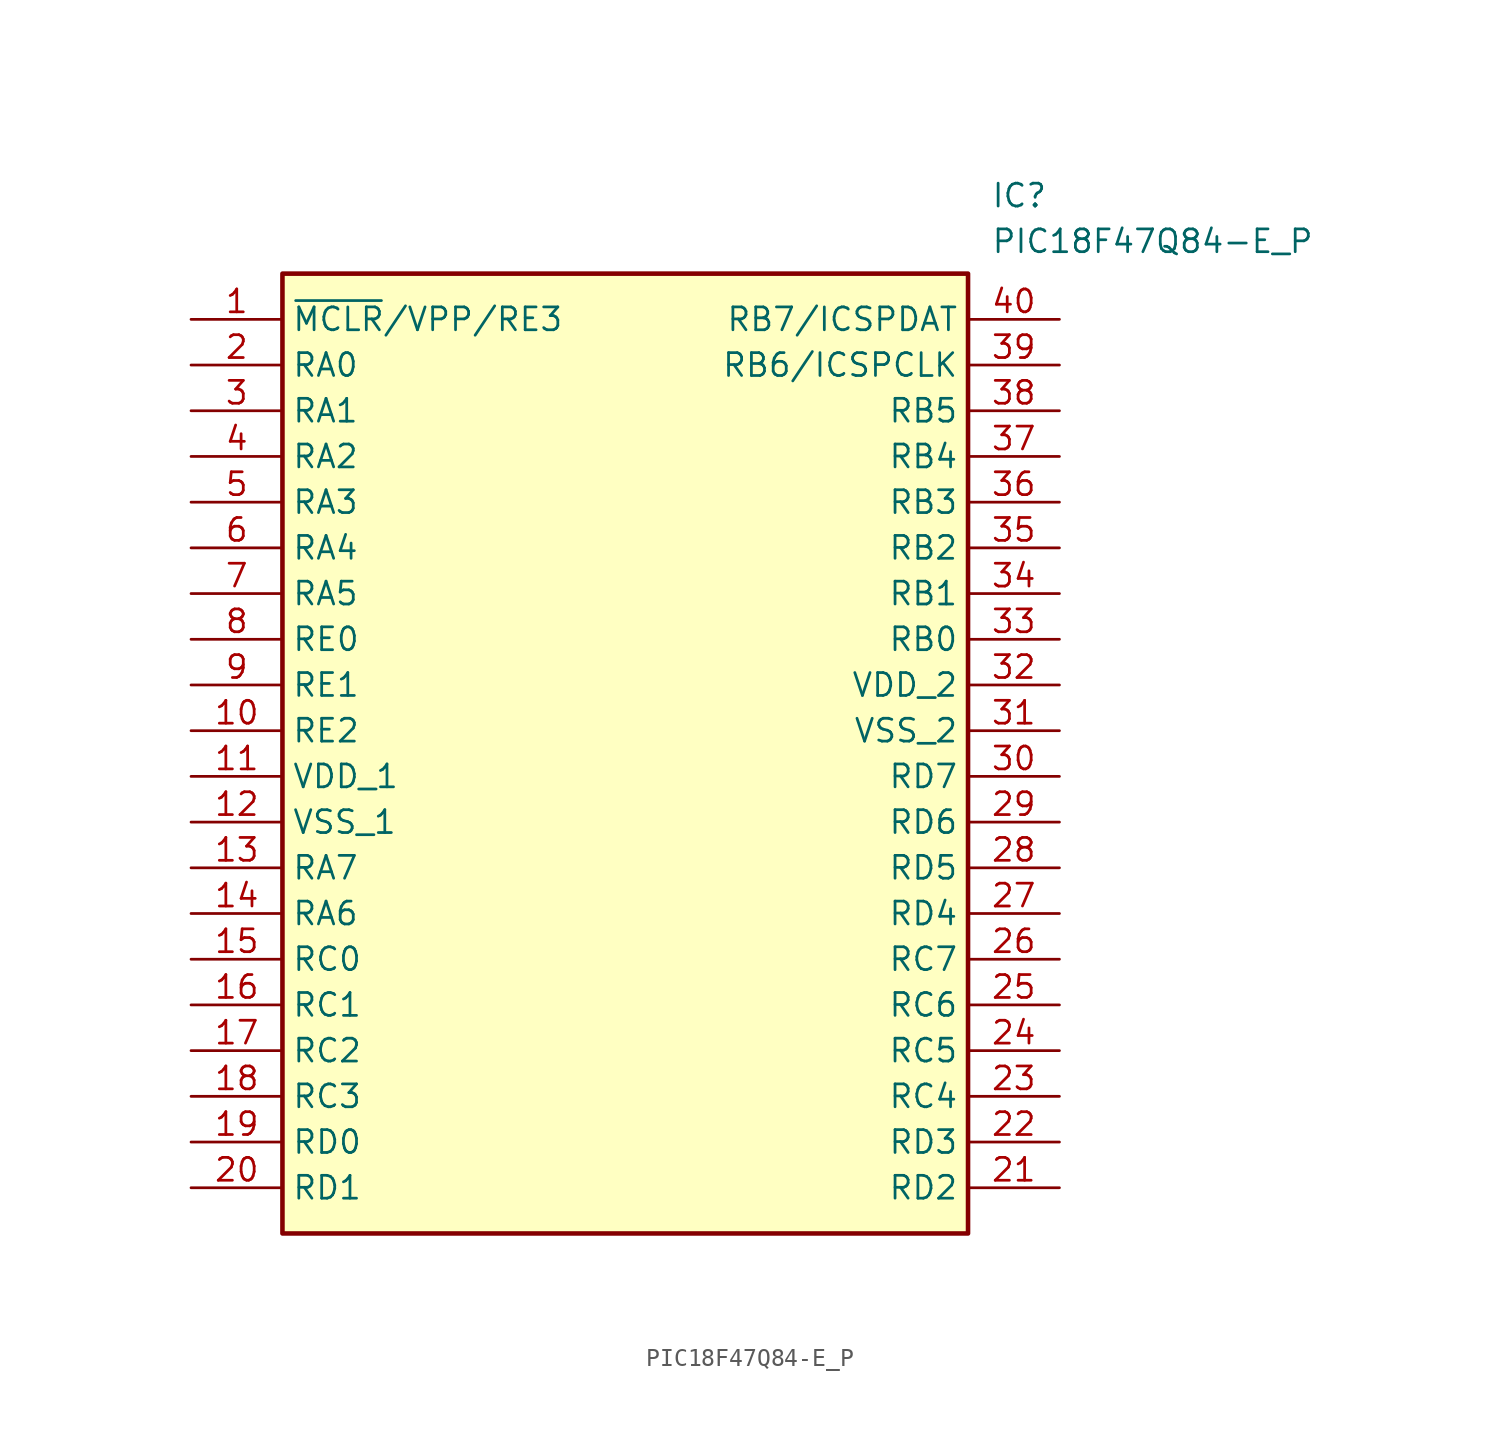
<source format=kicad_sym>
(kicad_symbol_lib
  (version 20211014)
  (generator SamacSys_ECAD_Model)
  (symbol "PIC18F47Q84-E_P"
    (property "Reference" "IC"
      (at 44.45 7.62 0)
      (effects (font (size 1.27 1.27)) (justify left top)))
    (property "Value" "PIC18F47Q84-E_P"
      (at 44.45 5.08 0)
      (effects (font (size 1.27 1.27)) (justify left top)))
    (rectangle
      (start 5.08 2.54)
      (end 43.18 -50.8)
      (stroke (width 0.254) (type default))
      (fill (type background)))
    (pin passive line
      (at 0 0 0)
      (length 5.08)
      (name "~{MCLR}/VPP/RE3" (effects (font (size 1.27 1.27))))
      (number "1" (effects (font (size 1.27 1.27)))))
    (pin passive line
      (at 0 -2.54 0)
      (length 5.08)
      (name "RA0" (effects (font (size 1.27 1.27))))
      (number "2" (effects (font (size 1.27 1.27)))))
    (pin passive line
      (at 0 -5.08 0)
      (length 5.08)
      (name "RA1" (effects (font (size 1.27 1.27))))
      (number "3" (effects (font (size 1.27 1.27)))))
    (pin passive line
      (at 0 -7.62 0)
      (length 5.08)
      (name "RA2" (effects (font (size 1.27 1.27))))
      (number "4" (effects (font (size 1.27 1.27)))))
    (pin passive line
      (at 0 -10.16 0)
      (length 5.08)
      (name "RA3" (effects (font (size 1.27 1.27))))
      (number "5" (effects (font (size 1.27 1.27)))))
    (pin passive line
      (at 0 -12.7 0)
      (length 5.08)
      (name "RA4" (effects (font (size 1.27 1.27))))
      (number "6" (effects (font (size 1.27 1.27)))))
    (pin passive line
      (at 0 -15.24 0)
      (length 5.08)
      (name "RA5" (effects (font (size 1.27 1.27))))
      (number "7" (effects (font (size 1.27 1.27)))))
    (pin passive line
      (at 0 -17.78 0)
      (length 5.08)
      (name "RE0" (effects (font (size 1.27 1.27))))
      (number "8" (effects (font (size 1.27 1.27)))))
    (pin passive line
      (at 0 -20.32 0)
      (length 5.08)
      (name "RE1" (effects (font (size 1.27 1.27))))
      (number "9" (effects (font (size 1.27 1.27)))))
    (pin passive line
      (at 0 -22.86 0)
      (length 5.08)
      (name "RE2" (effects (font (size 1.27 1.27))))
      (number "10" (effects (font (size 1.27 1.27)))))
    (pin passive line
      (at 0 -25.4 0)
      (length 5.08)
      (name "VDD_1" (effects (font (size 1.27 1.27))))
      (number "11" (effects (font (size 1.27 1.27)))))
    (pin passive line
      (at 0 -27.94 0)
      (length 5.08)
      (name "VSS_1" (effects (font (size 1.27 1.27))))
      (number "12" (effects (font (size 1.27 1.27)))))
    (pin passive line
      (at 0 -30.48 0)
      (length 5.08)
      (name "RA7" (effects (font (size 1.27 1.27))))
      (number "13" (effects (font (size 1.27 1.27)))))
    (pin passive line
      (at 0 -33.02 0)
      (length 5.08)
      (name "RA6" (effects (font (size 1.27 1.27))))
      (number "14" (effects (font (size 1.27 1.27)))))
    (pin passive line
      (at 0 -35.56 0)
      (length 5.08)
      (name "RC0" (effects (font (size 1.27 1.27))))
      (number "15" (effects (font (size 1.27 1.27)))))
    (pin passive line
      (at 0 -38.1 0)
      (length 5.08)
      (name "RC1" (effects (font (size 1.27 1.27))))
      (number "16" (effects (font (size 1.27 1.27)))))
    (pin passive line
      (at 0 -40.64 0)
      (length 5.08)
      (name "RC2" (effects (font (size 1.27 1.27))))
      (number "17" (effects (font (size 1.27 1.27)))))
    (pin passive line
      (at 0 -43.18 0)
      (length 5.08)
      (name "RC3" (effects (font (size 1.27 1.27))))
      (number "18" (effects (font (size 1.27 1.27)))))
    (pin passive line
      (at 0 -45.72 0)
      (length 5.08)
      (name "RD0" (effects (font (size 1.27 1.27))))
      (number "19" (effects (font (size 1.27 1.27)))))
    (pin passive line
      (at 0 -48.26 0)
      (length 5.08)
      (name "RD1" (effects (font (size 1.27 1.27))))
      (number "20" (effects (font (size 1.27 1.27)))))
    (pin passive line
      (at 48.26 0 180)
      (length 5.08)
      (name "RB7/ICSPDAT" (effects (font (size 1.27 1.27))))
      (number "40" (effects (font (size 1.27 1.27)))))
    (pin passive line
      (at 48.26 -2.54 180)
      (length 5.08)
      (name "RB6/ICSPCLK" (effects (font (size 1.27 1.27))))
      (number "39" (effects (font (size 1.27 1.27)))))
    (pin passive line
      (at 48.26 -5.08 180)
      (length 5.08)
      (name "RB5" (effects (font (size 1.27 1.27))))
      (number "38" (effects (font (size 1.27 1.27)))))
    (pin passive line
      (at 48.26 -7.62 180)
      (length 5.08)
      (name "RB4" (effects (font (size 1.27 1.27))))
      (number "37" (effects (font (size 1.27 1.27)))))
    (pin passive line
      (at 48.26 -10.16 180)
      (length 5.08)
      (name "RB3" (effects (font (size 1.27 1.27))))
      (number "36" (effects (font (size 1.27 1.27)))))
    (pin passive line
      (at 48.26 -12.7 180)
      (length 5.08)
      (name "RB2" (effects (font (size 1.27 1.27))))
      (number "35" (effects (font (size 1.27 1.27)))))
    (pin passive line
      (at 48.26 -15.24 180)
      (length 5.08)
      (name "RB1" (effects (font (size 1.27 1.27))))
      (number "34" (effects (font (size 1.27 1.27)))))
    (pin passive line
      (at 48.26 -17.78 180)
      (length 5.08)
      (name "RB0" (effects (font (size 1.27 1.27))))
      (number "33" (effects (font (size 1.27 1.27)))))
    (pin passive line
      (at 48.26 -20.32 180)
      (length 5.08)
      (name "VDD_2" (effects (font (size 1.27 1.27))))
      (number "32" (effects (font (size 1.27 1.27)))))
    (pin passive line
      (at 48.26 -22.86 180)
      (length 5.08)
      (name "VSS_2" (effects (font (size 1.27 1.27))))
      (number "31" (effects (font (size 1.27 1.27)))))
    (pin passive line
      (at 48.26 -25.4 180)
      (length 5.08)
      (name "RD7" (effects (font (size 1.27 1.27))))
      (number "30" (effects (font (size 1.27 1.27)))))
    (pin passive line
      (at 48.26 -27.94 180)
      (length 5.08)
      (name "RD6" (effects (font (size 1.27 1.27))))
      (number "29" (effects (font (size 1.27 1.27)))))
    (pin passive line
      (at 48.26 -30.48 180)
      (length 5.08)
      (name "RD5" (effects (font (size 1.27 1.27))))
      (number "28" (effects (font (size 1.27 1.27)))))
    (pin passive line
      (at 48.26 -33.02 180)
      (length 5.08)
      (name "RD4" (effects (font (size 1.27 1.27))))
      (number "27" (effects (font (size 1.27 1.27)))))
    (pin passive line
      (at 48.26 -35.56 180)
      (length 5.08)
      (name "RC7" (effects (font (size 1.27 1.27))))
      (number "26" (effects (font (size 1.27 1.27)))))
    (pin passive line
      (at 48.26 -38.1 180)
      (length 5.08)
      (name "RC6" (effects (font (size 1.27 1.27))))
      (number "25" (effects (font (size 1.27 1.27)))))
    (pin passive line
      (at 48.26 -40.64 180)
      (length 5.08)
      (name "RC5" (effects (font (size 1.27 1.27))))
      (number "24" (effects (font (size 1.27 1.27)))))
    (pin passive line
      (at 48.26 -43.18 180)
      (length 5.08)
      (name "RC4" (effects (font (size 1.27 1.27))))
      (number "23" (effects (font (size 1.27 1.27)))))
    (pin passive line
      (at 48.26 -45.72 180)
      (length 5.08)
      (name "RD3" (effects (font (size 1.27 1.27))))
      (number "22" (effects (font (size 1.27 1.27)))))
    (pin passive line
      (at 48.26 -48.26 180)
      (length 5.08)
      (name "RD2" (effects (font (size 1.27 1.27))))
      (number "21" (effects (font (size 1.27 1.27)))))))
</source>
